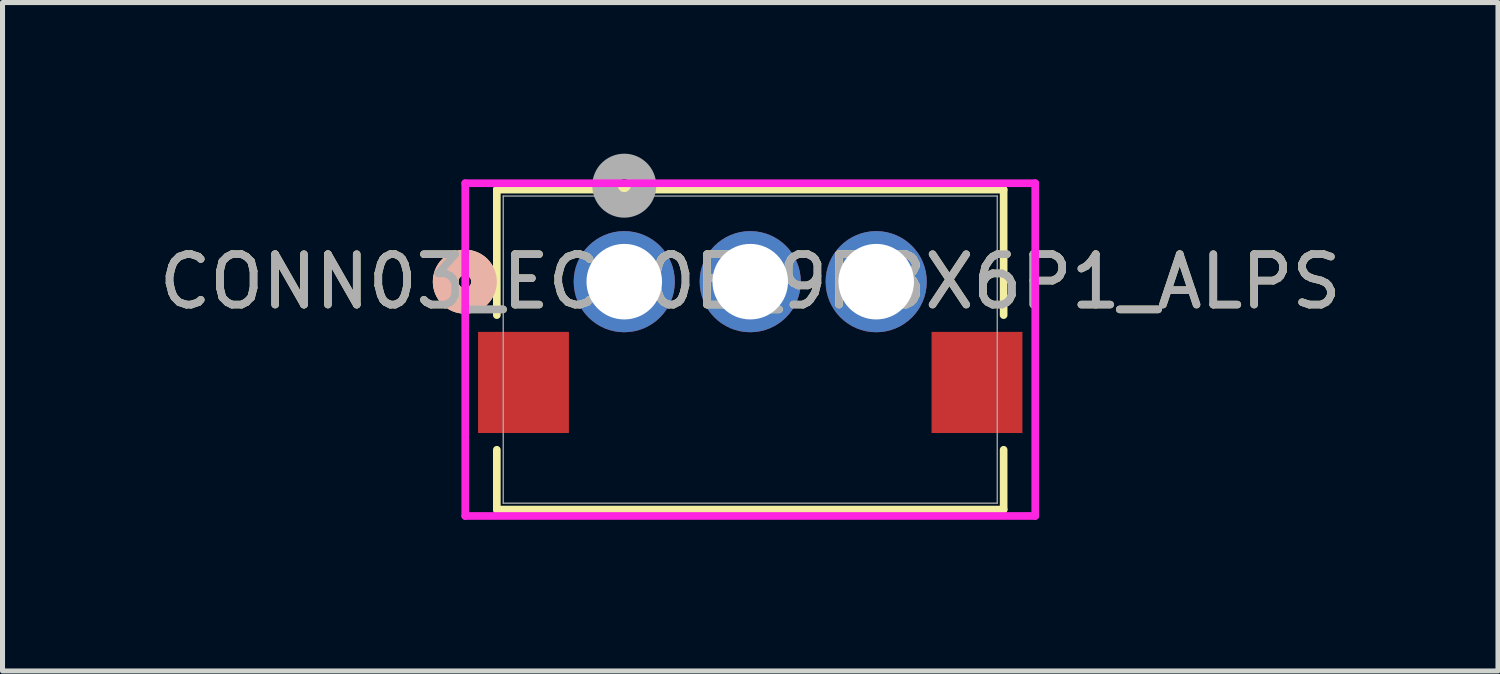
<source format=kicad_pcb>
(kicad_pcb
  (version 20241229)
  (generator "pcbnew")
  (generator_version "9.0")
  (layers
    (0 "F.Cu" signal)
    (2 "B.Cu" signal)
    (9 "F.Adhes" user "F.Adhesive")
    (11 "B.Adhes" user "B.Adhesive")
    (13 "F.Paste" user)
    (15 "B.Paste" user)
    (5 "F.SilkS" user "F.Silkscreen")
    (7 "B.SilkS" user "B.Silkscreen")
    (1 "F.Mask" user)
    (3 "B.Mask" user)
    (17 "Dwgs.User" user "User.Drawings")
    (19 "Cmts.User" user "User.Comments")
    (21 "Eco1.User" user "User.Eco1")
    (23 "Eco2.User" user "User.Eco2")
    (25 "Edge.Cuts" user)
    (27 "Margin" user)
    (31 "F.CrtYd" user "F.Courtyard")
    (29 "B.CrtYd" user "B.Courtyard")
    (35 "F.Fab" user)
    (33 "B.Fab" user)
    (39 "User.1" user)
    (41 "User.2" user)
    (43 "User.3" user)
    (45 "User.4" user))
  (footprint "CONN03_EC10E_9P8X6P1_ALPS"
    (layer "F.Cu")
    (at 9.339 2.54)
    (property "Reference" "CONN03_EC10E_9P8X6P1_ALPS" (at 2.5 0 0) (unlocked yes) (layer "F.SilkS") (effects (font (size 1 1) (thickness 0.15))))
    (attr through_hole)
    (fp_line (start -2.529 -1.827) (end -2.529 0.664) (stroke (width 0.152) (type solid)) (layer "F.SilkS"))
    (fp_line (start -2.529 3.336) (end -2.529 4.523) (stroke (width 0.152) (type solid)) (layer "F.SilkS"))
    (fp_line (start -2.529 4.523) (end 7.529 4.523) (stroke (width 0.152) (type solid)) (layer "F.SilkS"))
    (fp_line (start 7.529 -1.827) (end -2.529 -1.827) (stroke (width 0.152) (type solid)) (layer "F.SilkS"))
    (fp_line (start 7.529 0.664) (end 7.529 -1.827) (stroke (width 0.152) (type solid)) (layer "F.SilkS"))
    (fp_line (start 7.529 4.523) (end 7.529 3.336) (stroke (width 0.152) (type solid)) (layer "F.SilkS"))
    (fp_circle (center -3.164 0) (end -2.783 0) (stroke (width 0.508) (type solid)) (fill no) (layer "F.SilkS"))
    (fp_circle (center -3.164 0) (end -2.783 0) (stroke (width 0.508) (type solid)) (fill no) (layer "B.SilkS"))
    (fp_line (start -3.156 -1.954) (end -3.156 4.65) (stroke (width 0.152) (type solid)) (layer "F.CrtYd"))
    (fp_line (start -3.156 4.65) (end 8.156 4.65) (stroke (width 0.152) (type solid)) (layer "F.CrtYd"))
    (fp_line (start 8.156 -1.954) (end -3.156 -1.954) (stroke (width 0.152) (type solid)) (layer "F.CrtYd"))
    (fp_line (start 8.156 4.65) (end 8.156 -1.954) (stroke (width 0.152) (type solid)) (layer "F.CrtYd"))
    (fp_line (start -2.402 -1.7) (end -2.402 4.396) (stroke (width 0.025) (type solid)) (layer "F.Fab"))
    (fp_line (start -2.402 4.396) (end 7.402 4.396) (stroke (width 0.025) (type solid)) (layer "F.Fab"))
    (fp_line (start 7.402 -1.7) (end -2.402 -1.7) (stroke (width 0.025) (type solid)) (layer "F.Fab"))
    (fp_line (start 7.402 4.396) (end 7.402 -1.7) (stroke (width 0.025) (type solid)) (layer "F.Fab"))
    (fp_circle (center 0 -1.905) (end 0.381 -1.905) (stroke (width 0.508) (type solid)) (fill no) (layer "F.Fab"))
    (fp_text user "${REFERENCE}" (at 2.5 0 0) (unlocked yes) (layer "F.Fab") (effects (font (size 1 1) (thickness 0.15))))
    (pad "1" thru_hole circle (at 0 0) (size 2.007 2.007) (drill 1.499) (layers "*.Cu" "*.Mask"))
    (pad "2" thru_hole circle (at 2.5 0) (size 2.007 2.007) (drill 1.499) (layers "*.Cu" "*.Mask"))
    (pad "3" thru_hole circle (at 5 0) (size 2.007 2.007) (drill 1.499) (layers "*.Cu" "*.Mask"))
    (pad "4" smd rect (at -2 2) (size 1.803 2.007) (layers "F.Cu" "F.Mask" "F.Paste"))
    (pad "5" smd rect (at 7 2) (size 1.803 2.007) (layers "F.Cu" "F.Mask" "F.Paste")))
  (gr_rect
    (start -3 -3)
    (end 26.679 10.266)
    (stroke (width 0.1) (type default))
    (fill no)
    (layer "Edge.Cuts")))
</source>
